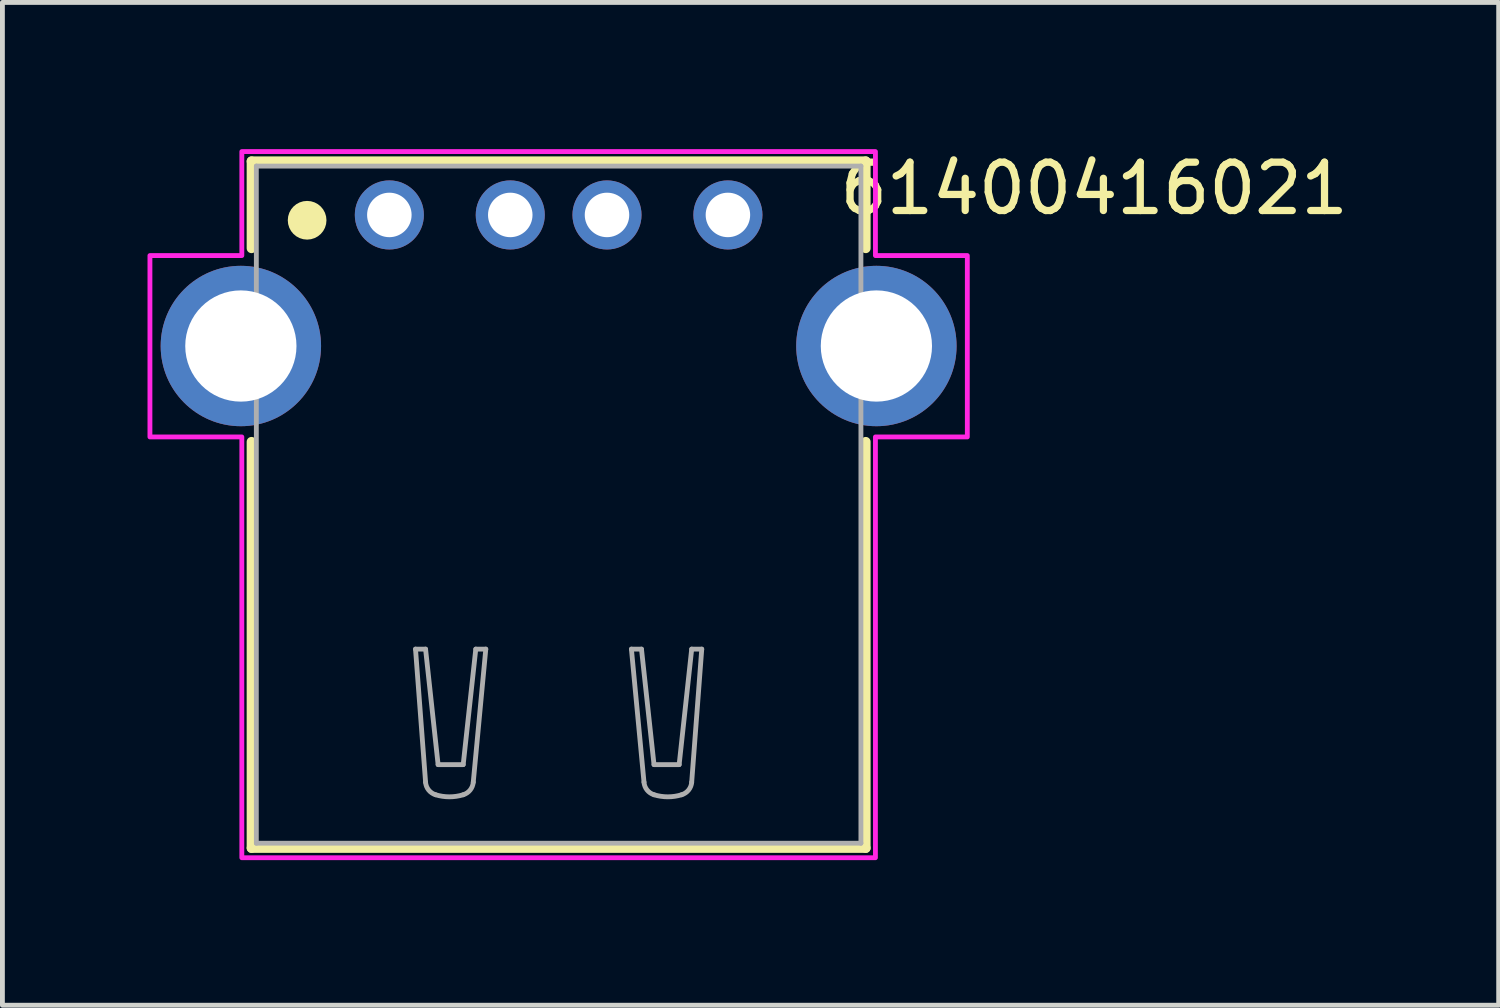
<source format=kicad_pcb>
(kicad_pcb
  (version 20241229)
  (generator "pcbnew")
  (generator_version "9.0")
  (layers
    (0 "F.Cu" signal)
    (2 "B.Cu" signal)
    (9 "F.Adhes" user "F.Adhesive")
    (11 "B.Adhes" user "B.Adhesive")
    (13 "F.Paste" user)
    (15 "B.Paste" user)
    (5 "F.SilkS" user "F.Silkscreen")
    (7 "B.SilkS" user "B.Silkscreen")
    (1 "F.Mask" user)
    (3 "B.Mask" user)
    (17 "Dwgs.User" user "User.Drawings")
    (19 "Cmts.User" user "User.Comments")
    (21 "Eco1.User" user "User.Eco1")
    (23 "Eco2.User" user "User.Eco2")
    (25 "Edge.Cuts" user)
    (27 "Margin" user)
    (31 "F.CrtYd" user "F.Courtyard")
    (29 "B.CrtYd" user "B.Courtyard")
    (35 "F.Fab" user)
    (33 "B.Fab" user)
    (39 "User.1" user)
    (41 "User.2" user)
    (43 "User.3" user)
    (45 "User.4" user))
  (footprint "61400416021"
    (layer "F.Cu")
    (at 8.5 7.384)
    (property "Reference" "61400416021" (at 11.073 -6.536 0) (layer "F.SilkS") (effects (font (size 1 1) (thickness 0.15))))
    (attr through_hole)
    (fp_line (start -6.35 -7.1) (end -6.35 -5.3) (stroke (width 0.2) (type solid)) (layer "F.SilkS"))
    (fp_line (start -6.35 -7.1) (end 6.35 -7.1) (stroke (width 0.2) (type solid)) (layer "F.SilkS"))
    (fp_line (start -6.35 -1.3) (end -6.35 7.1) (stroke (width 0.2) (type solid)) (layer "F.SilkS"))
    (fp_line (start -6.35 7.1) (end 6.35 7.1) (stroke (width 0.2) (type solid)) (layer "F.SilkS"))
    (fp_line (start 6.35 -7.1) (end 6.35 -5.3) (stroke (width 0.2) (type solid)) (layer "F.SilkS"))
    (fp_line (start 6.35 7.1) (end 6.35 -1.3) (stroke (width 0.2) (type solid)) (layer "F.SilkS"))
    (fp_circle (center -5.2 -5.88) (end -5 -5.88) (stroke (width 0.4) (type solid)) (fill no) (layer "F.SilkS"))
    (fp_poly (pts (xy -6.55 -7.3) (xy 6.55 -7.3) (xy 6.55 -5.15) (xy 8.45 -5.15) (xy 8.45 -1.4) (xy 6.55 -1.4) (xy 6.55 7.3) (xy -6.55 7.3) (xy -6.55 -1.4) (xy -8.45 -1.4) (xy -8.45 -5.15) (xy -6.55 -5.15)) (stroke (width 0.1) (type solid)) (fill no) (layer "F.CrtYd"))
    (fp_line (start -6.25 -7) (end -6.25 7) (stroke (width 0.1) (type solid)) (layer "F.Fab"))
    (fp_line (start -6.25 7) (end 6.25 7) (stroke (width 0.1) (type solid)) (layer "F.Fab"))
    (fp_line (start -2.959 2.987) (end -2.751 5.739) (stroke (width 0.1) (type solid)) (layer "F.Fab"))
    (fp_line (start -2.751 2.987) (end -2.959 2.987) (stroke (width 0.1) (type solid)) (layer "F.Fab"))
    (fp_line (start -2.492 5.375) (end -2.751 2.987) (stroke (width 0.1) (type solid)) (layer "F.Fab"))
    (fp_line (start -1.973 5.375) (end -2.492 5.375) (stroke (width 0.1) (type solid)) (layer "F.Fab"))
    (fp_line (start -1.765 5.739) (end -1.506 2.987) (stroke (width 0.1) (type solid)) (layer "F.Fab"))
    (fp_line (start -1.713 2.987) (end -1.973 5.375) (stroke (width 0.1) (type solid)) (layer "F.Fab"))
    (fp_line (start -1.506 2.987) (end -1.713 2.987) (stroke (width 0.1) (type solid)) (layer "F.Fab"))
    (fp_line (start 1.505 2.987) (end 1.713 2.987) (stroke (width 0.1) (type solid)) (layer "F.Fab"))
    (fp_line (start 1.713 2.987) (end 1.972 5.375) (stroke (width 0.1) (type solid)) (layer "F.Fab"))
    (fp_line (start 1.765 5.739) (end 1.505 2.987) (stroke (width 0.1) (type solid)) (layer "F.Fab"))
    (fp_line (start 1.972 5.375) (end 2.492 5.375) (stroke (width 0.1) (type solid)) (layer "F.Fab"))
    (fp_line (start 2.492 5.375) (end 2.751 2.987) (stroke (width 0.1) (type solid)) (layer "F.Fab"))
    (fp_line (start 2.751 2.987) (end 2.959 2.987) (stroke (width 0.1) (type solid)) (layer "F.Fab"))
    (fp_line (start 2.959 2.987) (end 2.751 5.739) (stroke (width 0.1) (type solid)) (layer "F.Fab"))
    (fp_line (start 6.25 -7) (end -6.25 -7) (stroke (width 0.1) (type solid)) (layer "F.Fab"))
    (fp_line (start 6.25 7) (end 6.25 -7) (stroke (width 0.1) (type solid)) (layer "F.Fab"))
    (fp_arc (start -2.5438 5.998) (mid -2.687659 5.900297) (end -2.7514 5.7385) (stroke (width 0.1) (type solid)) (layer "F.Fab"))
    (fp_arc (start -1.9727 5.998) (mid -2.25825 6.040802) (end -2.5438 5.998) (stroke (width 0.1) (type solid)) (layer "F.Fab"))
    (fp_arc (start -1.7651 5.7385) (mid -1.828841 5.900297) (end -1.9727 5.998) (stroke (width 0.1) (type solid)) (layer "F.Fab"))
    (fp_arc (start 1.9725 5.998) (mid 1.828641 5.900297) (end 1.7649 5.7385) (stroke (width 0.1) (type solid)) (layer "F.Fab"))
    (fp_arc (start 2.5436 5.998) (mid 2.25805 6.040802) (end 1.9725 5.998) (stroke (width 0.1) (type solid)) (layer "F.Fab"))
    (fp_arc (start 2.7512 5.7385) (mid 2.687459 5.900297) (end 2.5436 5.998) (stroke (width 0.1) (type solid)) (layer "F.Fab"))
    (pad "1" thru_hole circle (at -3.5 -5.99) (size 1.428 1.428) (drill 0.92) (layers "*.Cu" "*.Mask"))
    (pad "2" thru_hole circle (at -1 -5.99) (size 1.428 1.428) (drill 0.92) (layers "*.Cu" "*.Mask"))
    (pad "3" thru_hole circle (at 1 -5.99) (size 1.428 1.428) (drill 0.92) (layers "*.Cu" "*.Mask"))
    (pad "4" thru_hole circle (at 3.5 -5.99) (size 1.428 1.428) (drill 0.92) (layers "*.Cu" "*.Mask"))
    (pad "S1" thru_hole circle (at -6.57 -3.28) (size 3.316 3.316) (drill 2.3) (layers "*.Cu" "*.Mask"))
    (pad "S2" thru_hole circle (at 6.57 -3.28) (size 3.316 3.316) (drill 2.3) (layers "*.Cu" "*.Mask")))
  (gr_rect
    (start -3 -3)
    (end 27.936 17.734)
    (stroke (width 0.1) (type default))
    (fill no)
    (layer "Edge.Cuts")))
</source>
